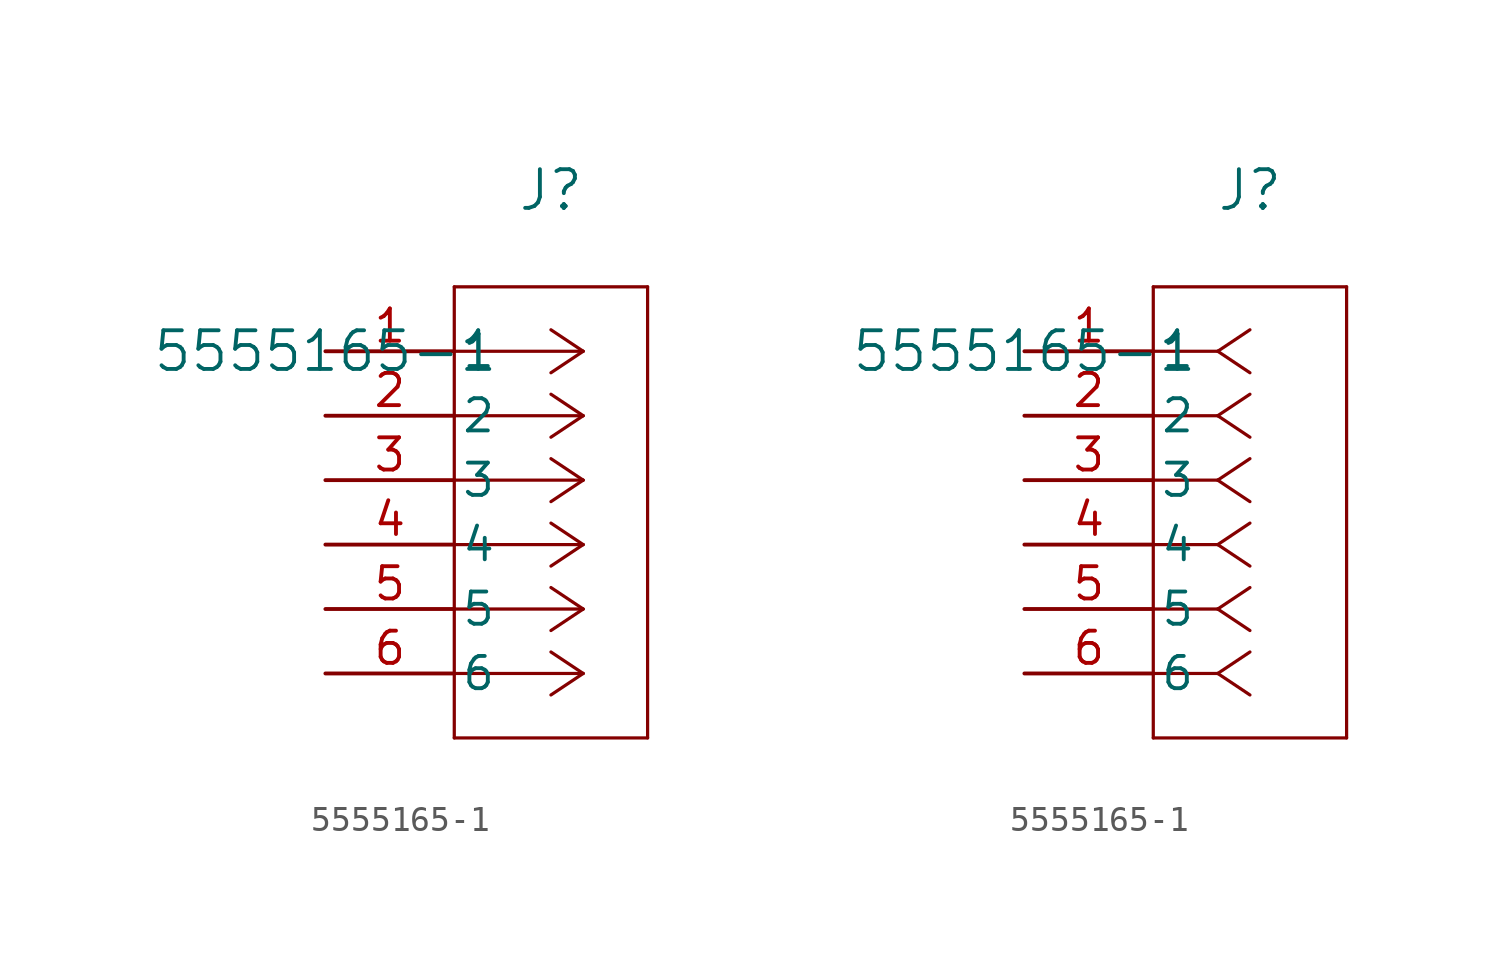
<source format=kicad_sym>
(kicad_symbol_lib
  (version 20211014)
  (generator kicad_symbol_editor)
  (symbol "5555165-1"
    (pin_names
      (offset 0.254))
    (property "Reference" "J"
      (at 8.89 6.35 0)
      (effects (font (size 1.524 1.524))))
    (property "Value" "5555165-1"
      (at 0 0 0)
      (effects (font (size 1.524 1.524))))
    (symbol "5555165-1_1_1"
      (polyline (pts (xy 10.16 0) (xy 5.08 0)) (stroke (width 0.127) (type default) (color 0 0 0 0)) (fill (type none)))
      (polyline (pts (xy 10.16 -2.54) (xy 5.08 -2.54)) (stroke (width 0.127) (type default) (color 0 0 0 0)) (fill (type none)))
      (polyline (pts (xy 10.16 -5.08) (xy 5.08 -5.08)) (stroke (width 0.127) (type default) (color 0 0 0 0)) (fill (type none)))
      (polyline (pts (xy 10.16 -7.62) (xy 5.08 -7.62)) (stroke (width 0.127) (type default) (color 0 0 0 0)) (fill (type none)))
      (polyline (pts (xy 10.16 -10.16) (xy 5.08 -10.16)) (stroke (width 0.127) (type default) (color 0 0 0 0)) (fill (type none)))
      (polyline (pts (xy 10.16 -12.7) (xy 5.08 -12.7)) (stroke (width 0.127) (type default) (color 0 0 0 0)) (fill (type none)))
      (polyline (pts (xy 10.16 0) (xy 8.89 0.847)) (stroke (width 0.127) (type default) (color 0 0 0 0)) (fill (type none)))
      (polyline (pts (xy 10.16 -2.54) (xy 8.89 -1.693)) (stroke (width 0.127) (type default) (color 0 0 0 0)) (fill (type none)))
      (polyline (pts (xy 10.16 -5.08) (xy 8.89 -4.233)) (stroke (width 0.127) (type default) (color 0 0 0 0)) (fill (type none)))
      (polyline (pts (xy 10.16 -7.62) (xy 8.89 -6.773)) (stroke (width 0.127) (type default) (color 0 0 0 0)) (fill (type none)))
      (polyline (pts (xy 10.16 -10.16) (xy 8.89 -9.313)) (stroke (width 0.127) (type default) (color 0 0 0 0)) (fill (type none)))
      (polyline (pts (xy 10.16 -12.7) (xy 8.89 -11.853)) (stroke (width 0.127) (type default) (color 0 0 0 0)) (fill (type none)))
      (polyline (pts (xy 10.16 0) (xy 8.89 -0.847)) (stroke (width 0.127) (type default) (color 0 0 0 0)) (fill (type none)))
      (polyline (pts (xy 10.16 -2.54) (xy 8.89 -3.387)) (stroke (width 0.127) (type default) (color 0 0 0 0)) (fill (type none)))
      (polyline (pts (xy 10.16 -5.08) (xy 8.89 -5.927)) (stroke (width 0.127) (type default) (color 0 0 0 0)) (fill (type none)))
      (polyline (pts (xy 10.16 -7.62) (xy 8.89 -8.467)) (stroke (width 0.127) (type default) (color 0 0 0 0)) (fill (type none)))
      (polyline (pts (xy 10.16 -10.16) (xy 8.89 -11.007)) (stroke (width 0.127) (type default) (color 0 0 0 0)) (fill (type none)))
      (polyline (pts (xy 10.16 -12.7) (xy 8.89 -13.547)) (stroke (width 0.127) (type default) (color 0 0 0 0)) (fill (type none)))
      (polyline (pts (xy 5.08 2.54) (xy 5.08 -15.24)) (stroke (width 0.127) (type default) (color 0 0 0 0)) (fill (type none)))
      (polyline (pts (xy 5.08 -15.24) (xy 12.7 -15.24)) (stroke (width 0.127) (type default) (color 0 0 0 0)) (fill (type none)))
      (polyline (pts (xy 12.7 -15.24) (xy 12.7 2.54)) (stroke (width 0.127) (type default) (color 0 0 0 0)) (fill (type none)))
      (polyline (pts (xy 12.7 2.54) (xy 5.08 2.54)) (stroke (width 0.127) (type default) (color 0 0 0 0)) (fill (type none)))
      (pin unspecified line (at 0 0 0) (length 5.08) (name "1" (effects (font (size 1.27 1.27)))) (number "1" (effects (font (size 1.27 1.27)))))
      (pin unspecified line (at 0 -2.54 0) (length 5.08) (name "2" (effects (font (size 1.27 1.27)))) (number "2" (effects (font (size 1.27 1.27)))))
      (pin unspecified line (at 0 -5.08 0) (length 5.08) (name "3" (effects (font (size 1.27 1.27)))) (number "3" (effects (font (size 1.27 1.27)))))
      (pin unspecified line (at 0 -7.62 0) (length 5.08) (name "4" (effects (font (size 1.27 1.27)))) (number "4" (effects (font (size 1.27 1.27)))))
      (pin unspecified line (at 0 -10.16 0) (length 5.08) (name "5" (effects (font (size 1.27 1.27)))) (number "5" (effects (font (size 1.27 1.27)))))
      (pin unspecified line (at 0 -12.7 0) (length 5.08) (name "6" (effects (font (size 1.27 1.27)))) (number "6" (effects (font (size 1.27 1.27))))))
    (symbol "5555165-1_1_2"
      (polyline (pts (xy 7.62 0) (xy 5.08 0)) (stroke (width 0.127) (type default) (color 0 0 0 0)) (fill (type none)))
      (polyline (pts (xy 7.62 -2.54) (xy 5.08 -2.54)) (stroke (width 0.127) (type default) (color 0 0 0 0)) (fill (type none)))
      (polyline (pts (xy 7.62 -5.08) (xy 5.08 -5.08)) (stroke (width 0.127) (type default) (color 0 0 0 0)) (fill (type none)))
      (polyline (pts (xy 7.62 -7.62) (xy 5.08 -7.62)) (stroke (width 0.127) (type default) (color 0 0 0 0)) (fill (type none)))
      (polyline (pts (xy 7.62 -10.16) (xy 5.08 -10.16)) (stroke (width 0.127) (type default) (color 0 0 0 0)) (fill (type none)))
      (polyline (pts (xy 7.62 -12.7) (xy 5.08 -12.7)) (stroke (width 0.127) (type default) (color 0 0 0 0)) (fill (type none)))
      (polyline (pts (xy 7.62 0) (xy 8.89 0.847)) (stroke (width 0.127) (type default) (color 0 0 0 0)) (fill (type none)))
      (polyline (pts (xy 7.62 -2.54) (xy 8.89 -1.693)) (stroke (width 0.127) (type default) (color 0 0 0 0)) (fill (type none)))
      (polyline (pts (xy 7.62 -5.08) (xy 8.89 -4.233)) (stroke (width 0.127) (type default) (color 0 0 0 0)) (fill (type none)))
      (polyline (pts (xy 7.62 -7.62) (xy 8.89 -6.773)) (stroke (width 0.127) (type default) (color 0 0 0 0)) (fill (type none)))
      (polyline (pts (xy 7.62 -10.16) (xy 8.89 -9.313)) (stroke (width 0.127) (type default) (color 0 0 0 0)) (fill (type none)))
      (polyline (pts (xy 7.62 -12.7) (xy 8.89 -11.853)) (stroke (width 0.127) (type default) (color 0 0 0 0)) (fill (type none)))
      (polyline (pts (xy 7.62 0) (xy 8.89 -0.847)) (stroke (width 0.127) (type default) (color 0 0 0 0)) (fill (type none)))
      (polyline (pts (xy 7.62 -2.54) (xy 8.89 -3.387)) (stroke (width 0.127) (type default) (color 0 0 0 0)) (fill (type none)))
      (polyline (pts (xy 7.62 -5.08) (xy 8.89 -5.927)) (stroke (width 0.127) (type default) (color 0 0 0 0)) (fill (type none)))
      (polyline (pts (xy 7.62 -7.62) (xy 8.89 -8.467)) (stroke (width 0.127) (type default) (color 0 0 0 0)) (fill (type none)))
      (polyline (pts (xy 7.62 -10.16) (xy 8.89 -11.007)) (stroke (width 0.127) (type default) (color 0 0 0 0)) (fill (type none)))
      (polyline (pts (xy 7.62 -12.7) (xy 8.89 -13.547)) (stroke (width 0.127) (type default) (color 0 0 0 0)) (fill (type none)))
      (polyline (pts (xy 5.08 2.54) (xy 5.08 -15.24)) (stroke (width 0.127) (type default) (color 0 0 0 0)) (fill (type none)))
      (polyline (pts (xy 5.08 -15.24) (xy 12.7 -15.24)) (stroke (width 0.127) (type default) (color 0 0 0 0)) (fill (type none)))
      (polyline (pts (xy 12.7 -15.24) (xy 12.7 2.54)) (stroke (width 0.127) (type default) (color 0 0 0 0)) (fill (type none)))
      (polyline (pts (xy 12.7 2.54) (xy 5.08 2.54)) (stroke (width 0.127) (type default) (color 0 0 0 0)) (fill (type none)))
      (pin unspecified line (at 0 0 0) (length 5.08) (name "1" (effects (font (size 1.27 1.27)))) (number "1" (effects (font (size 1.27 1.27)))))
      (pin unspecified line (at 0 -2.54 0) (length 5.08) (name "2" (effects (font (size 1.27 1.27)))) (number "2" (effects (font (size 1.27 1.27)))))
      (pin unspecified line (at 0 -5.08 0) (length 5.08) (name "3" (effects (font (size 1.27 1.27)))) (number "3" (effects (font (size 1.27 1.27)))))
      (pin unspecified line (at 0 -7.62 0) (length 5.08) (name "4" (effects (font (size 1.27 1.27)))) (number "4" (effects (font (size 1.27 1.27)))))
      (pin unspecified line (at 0 -10.16 0) (length 5.08) (name "5" (effects (font (size 1.27 1.27)))) (number "5" (effects (font (size 1.27 1.27)))))
      (pin unspecified line (at 0 -12.7 0) (length 5.08) (name "6" (effects (font (size 1.27 1.27)))) (number "6" (effects (font (size 1.27 1.27))))))))
</source>
